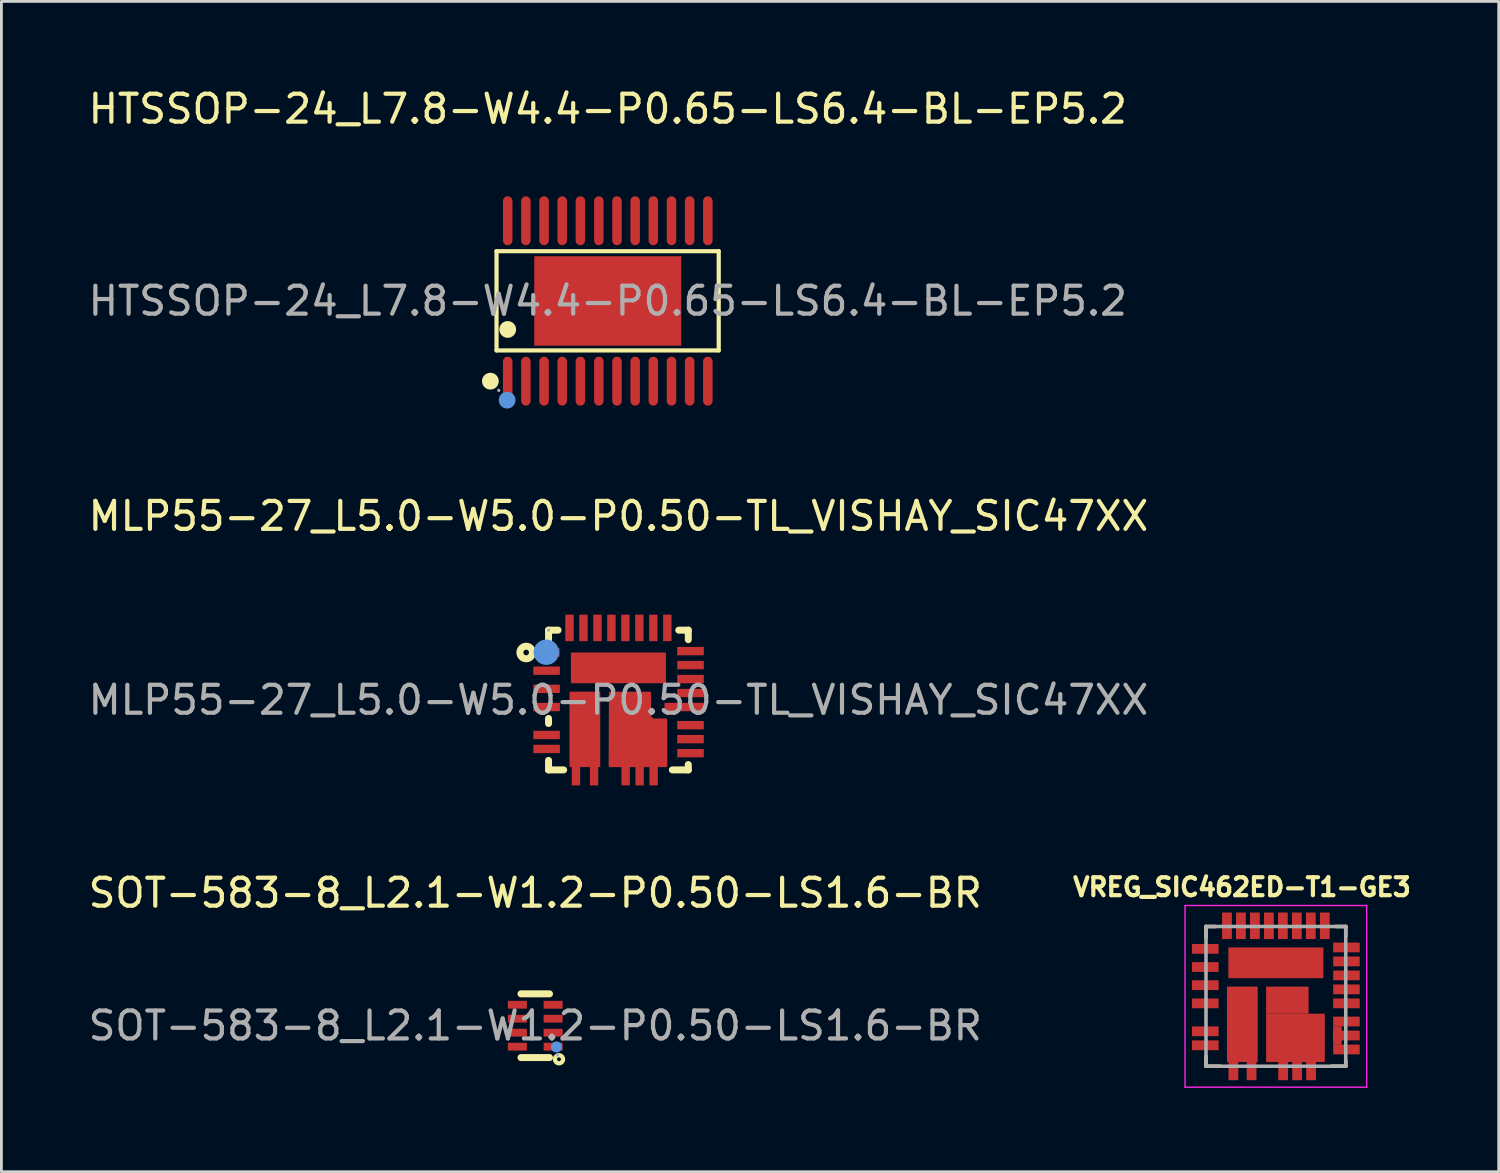
<source format=kicad_pcb>
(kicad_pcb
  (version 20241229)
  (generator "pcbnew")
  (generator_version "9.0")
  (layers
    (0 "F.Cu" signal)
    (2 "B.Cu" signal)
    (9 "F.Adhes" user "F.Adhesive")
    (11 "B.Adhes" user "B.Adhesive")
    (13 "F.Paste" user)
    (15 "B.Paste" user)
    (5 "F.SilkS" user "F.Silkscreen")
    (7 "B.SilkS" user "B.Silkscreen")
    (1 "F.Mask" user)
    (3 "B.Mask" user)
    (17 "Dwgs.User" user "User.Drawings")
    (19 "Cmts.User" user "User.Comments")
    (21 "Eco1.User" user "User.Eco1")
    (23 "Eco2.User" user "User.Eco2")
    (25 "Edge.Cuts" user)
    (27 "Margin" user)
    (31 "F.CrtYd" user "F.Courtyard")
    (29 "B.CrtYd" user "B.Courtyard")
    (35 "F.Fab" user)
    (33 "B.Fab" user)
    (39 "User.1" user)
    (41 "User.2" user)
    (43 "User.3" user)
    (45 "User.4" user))
  (footprint "HTSSOP-24_L7.8-W4.4-P0.65-LS6.4-BL-EP5.2"
    (layer "F.Cu")
    (at 18.696 7.718)
    (property "Reference" "HTSSOP-24_L7.8-W4.4-P0.65-LS6.4-BL-EP5.2" (at 0 -6.87 0) (layer "F.SilkS") (effects (font (size 1 1) (thickness 0.15))))
    (attr smd)
    (fp_line (start -3.98 -1.78) (end 3.97 -1.78) (stroke (width 0.15) (type solid)) (layer "F.SilkS"))
    (fp_line (start -3.98 1.77) (end -3.98 -1.78) (stroke (width 0.15) (type solid)) (layer "F.SilkS"))
    (fp_line (start 3.97 -1.78) (end 3.97 1.77) (stroke (width 0.15) (type solid)) (layer "F.SilkS"))
    (fp_line (start 3.97 1.77) (end -3.98 1.77) (stroke (width 0.15) (type solid)) (layer "F.SilkS"))
    (fp_circle (center -4.2 2.87) (end -4.05 2.87) (stroke (width 0.3) (type solid)) (fill no) (layer "F.SilkS"))
    (fp_circle (center -3.58 1.02) (end -3.43 1.02) (stroke (width 0.3) (type solid)) (fill no) (layer "F.SilkS"))
    (fp_circle (center -3.6 3.55) (end -3.45 3.55) (stroke (width 0.3) (type solid)) (fill no) (layer "Cmts.User"))
    (fp_circle (center -3.9 3.2) (end -3.87 3.2) (stroke (width 0.06) (type solid)) (fill no) (layer "F.Fab"))
    (fp_text user "${REFERENCE}" (at 0 0 0) (layer "F.Fab") (effects (font (size 1 1) (thickness 0.15))))
    (pad "1" smd oval (at -3.58 2.87) (size 0.34 1.75) (layers "F.Cu" "F.Mask" "F.Paste"))
    (pad "2" smd oval (at -2.93 2.87) (size 0.34 1.75) (layers "F.Cu" "F.Mask" "F.Paste"))
    (pad "3" smd oval (at -2.28 2.87) (size 0.34 1.75) (layers "F.Cu" "F.Mask" "F.Paste"))
    (pad "4" smd oval (at -1.63 2.87) (size 0.34 1.75) (layers "F.Cu" "F.Mask" "F.Paste"))
    (pad "5" smd oval (at -0.98 2.87) (size 0.34 1.75) (layers "F.Cu" "F.Mask" "F.Paste"))
    (pad "6" smd oval (at -0.32 2.87) (size 0.34 1.75) (layers "F.Cu" "F.Mask" "F.Paste"))
    (pad "7" smd oval (at 0.33 2.87) (size 0.34 1.75) (layers "F.Cu" "F.Mask" "F.Paste"))
    (pad "8" smd oval (at 0.98 2.87) (size 0.34 1.75) (layers "F.Cu" "F.Mask" "F.Paste"))
    (pad "9" smd oval (at 1.63 2.87) (size 0.34 1.75) (layers "F.Cu" "F.Mask" "F.Paste"))
    (pad "10" smd oval (at 2.28 2.87) (size 0.34 1.75) (layers "F.Cu" "F.Mask" "F.Paste"))
    (pad "11" smd oval (at 2.93 2.87) (size 0.34 1.75) (layers "F.Cu" "F.Mask" "F.Paste"))
    (pad "12" smd oval (at 3.58 2.87) (size 0.34 1.75) (layers "F.Cu" "F.Mask" "F.Paste"))
    (pad "13" smd oval (at 3.58 -2.87) (size 0.34 1.75) (layers "F.Cu" "F.Mask" "F.Paste"))
    (pad "14" smd oval (at 2.93 -2.87) (size 0.34 1.75) (layers "F.Cu" "F.Mask" "F.Paste"))
    (pad "15" smd oval (at 2.28 -2.87) (size 0.34 1.75) (layers "F.Cu" "F.Mask" "F.Paste"))
    (pad "16" smd oval (at 1.63 -2.87) (size 0.34 1.75) (layers "F.Cu" "F.Mask" "F.Paste"))
    (pad "17" smd oval (at 0.98 -2.87) (size 0.34 1.75) (layers "F.Cu" "F.Mask" "F.Paste"))
    (pad "18" smd oval (at 0.33 -2.87) (size 0.34 1.75) (layers "F.Cu" "F.Mask" "F.Paste"))
    (pad "19" smd oval (at -0.32 -2.87) (size 0.34 1.75) (layers "F.Cu" "F.Mask" "F.Paste"))
    (pad "20" smd oval (at -0.98 -2.87) (size 0.34 1.75) (layers "F.Cu" "F.Mask" "F.Paste"))
    (pad "21" smd oval (at -1.63 -2.87) (size 0.34 1.75) (layers "F.Cu" "F.Mask" "F.Paste"))
    (pad "22" smd oval (at -2.28 -2.87) (size 0.34 1.75) (layers "F.Cu" "F.Mask" "F.Paste"))
    (pad "23" smd oval (at -2.93 -2.87) (size 0.34 1.75) (layers "F.Cu" "F.Mask" "F.Paste"))
    (pad "24" smd oval (at -3.58 -2.87) (size 0.34 1.75) (layers "F.Cu" "F.Mask" "F.Paste"))
    (pad "25" smd rect (at 0 0 90) (size 3.2 5.26) (layers "F.Cu" "F.Mask" "F.Paste")))
  (footprint "MLP55-27_L5.0-W5.0-P0.50-TL_VISHAY_SIC47XX"
    (layer "F.Cu")
    (at 19.077 21.997)
    (property "Reference" "MLP55-27_L5.0-W5.0-P0.50-TL_VISHAY_SIC47XX" (at 0 -6.58 0) (layer "F.SilkS") (effects (font (size 1 1) (thickness 0.15))))
    (attr smd)
    (fp_line (start -2.5 -2.5) (end -2.16 -2.5) (stroke (width 0.25) (type solid)) (layer "F.SilkS"))
    (fp_line (start -2.5 -2.11) (end -2.5 -2.5) (stroke (width 0.25) (type solid)) (layer "F.SilkS"))
    (fp_line (start -2.5 0.84) (end -2.5 0.66) (stroke (width 0.25) (type solid)) (layer "F.SilkS"))
    (fp_line (start -2.5 2.5) (end -2.5 2.16) (stroke (width 0.25) (type solid)) (layer "F.SilkS"))
    (fp_line (start -1.96 2.5) (end -2.5 2.5) (stroke (width 0.25) (type solid)) (layer "F.SilkS"))
    (fp_line (start 2.16 -2.5) (end 2.5 -2.5) (stroke (width 0.25) (type solid)) (layer "F.SilkS"))
    (fp_line (start 2.5 -2.5) (end 2.5 -2.16) (stroke (width 0.25) (type solid)) (layer "F.SilkS"))
    (fp_line (start 2.5 2.31) (end 2.5 2.5) (stroke (width 0.25) (type solid)) (layer "F.SilkS"))
    (fp_line (start 2.5 2.5) (end 1.93 2.5) (stroke (width 0.25) (type solid)) (layer "F.SilkS"))
    (fp_circle (center -3.3 -1.7) (end -3.2 -1.7) (stroke (width 0.25) (type solid)) (fill no) (layer "F.SilkS"))
    (fp_circle (center -2.58 -1.71) (end -2.35 -1.71) (stroke (width 0.45) (type solid)) (fill no) (layer "Cmts.User"))
    (fp_circle (center -2.5 -2.5) (end -2.47 -2.5) (stroke (width 0.06) (type solid)) (fill no) (layer "F.Fab"))
    (fp_text user "${REFERENCE}" (at 0 0 0) (layer "F.Fab") (effects (font (size 1 1) (thickness 0.15))))
    (pad "1" smd rect (at -2.58 -1.7) (size 0.95 0.3) (layers "F.Cu" "F.Mask" "F.Paste"))
    (pad "2" smd rect (at -2.57 -1.05) (size 0.95 0.3) (layers "F.Cu" "F.Mask" "F.Paste"))
    (pad "3" smd rect (at -2.57 -0.4) (size 0.95 0.3) (layers "F.Cu" "F.Mask" "F.Paste"))
    (pad "4" smd rect (at -2.57 0.25) (size 0.95 0.3) (layers "F.Cu" "F.Mask" "F.Paste"))
    (pad "5" smd rect (at -2.57 1.25) (size 0.95 0.3) (layers "F.Cu" "F.Mask" "F.Paste"))
    (pad "6" smd rect (at -2.57 1.75) (size 0.95 0.3) (layers "F.Cu" "F.Mask" "F.Paste"))
    (pad "7" smd rect (at -1.52 2.58 180) (size 0.3 0.95) (layers "F.Cu" "F.Mask" "F.Paste"))
    (pad "8" smd rect (at -0.87 2.58 180) (size 0.3 0.95) (layers "F.Cu" "F.Mask" "F.Paste"))
    (pad "9" smd rect (at 0.26 2.58 180) (size 0.3 0.95) (layers "F.Cu" "F.Mask" "F.Paste"))
    (pad "10" smd rect (at 0.76 2.58 180) (size 0.3 0.95) (layers "F.Cu" "F.Mask" "F.Paste"))
    (pad "11" smd rect (at 1.26 2.58 180) (size 0.3 0.95) (layers "F.Cu" "F.Mask" "F.Paste"))
    (pad "12" smd rect (at 2.58 1.9) (size 0.95 0.3) (layers "F.Cu" "F.Mask" "F.Paste"))
    (pad "13" smd rect (at 2.58 1.4) (size 0.95 0.3) (layers "F.Cu" "F.Mask" "F.Paste"))
    (pad "14" smd rect (at 2.58 0.9) (size 0.95 0.3) (layers "F.Cu" "F.Mask" "F.Paste"))
    (pad "15" smd rect (at 2.35 0.25) (size 1.4 0.3) (layers "F.Cu" "F.Mask" "F.Paste"))
    (pad "16" smd rect (at 2.58 -0.25) (size 0.95 0.3) (layers "F.Cu" "F.Mask" "F.Paste"))
    (pad "17" smd rect (at 2.58 -0.75) (size 0.95 0.3) (layers "F.Cu" "F.Mask" "F.Paste"))
    (pad "18" smd rect (at 2.58 -1.25) (size 0.95 0.3) (layers "F.Cu" "F.Mask" "F.Paste"))
    (pad "19" smd rect (at 2.58 -1.75) (size 0.95 0.3) (layers "F.Cu" "F.Mask" "F.Paste"))
    (pad "20" smd rect (at 1.75 -2.58) (size 0.3 0.95) (layers "F.Cu" "F.Mask" "F.Paste"))
    (pad "21" smd rect (at 1.25 -2.58) (size 0.3 0.95) (layers "F.Cu" "F.Mask" "F.Paste"))
    (pad "22" smd rect (at 0.75 -2.58) (size 0.3 0.95) (layers "F.Cu" "F.Mask" "F.Paste"))
    (pad "23" smd rect (at 0.25 -2.58) (size 0.3 0.95) (layers "F.Cu" "F.Mask" "F.Paste"))
    (pad "24" smd rect (at -0.25 -2.58) (size 0.3 0.95) (layers "F.Cu" "F.Mask" "F.Paste"))
    (pad "25" smd rect (at -0.75 -2.58) (size 0.3 0.95) (layers "F.Cu" "F.Mask" "F.Paste"))
    (pad "26" smd rect (at -1.25 -2.58) (size 0.3 0.95) (layers "F.Cu" "F.Mask" "F.Paste"))
    (pad "27" smd rect (at -1.75 -2.58) (size 0.3 0.95) (layers "F.Cu" "F.Mask" "F.Paste"))
    (pad "28" smd rect (at 0 -1.15) (size 3.4 1.1) (layers "F.Cu" "F.Mask" "F.Paste"))
    (pad "29" smd rect (at -1.2 1.05) (size 1.1 2.7) (layers "F.Cu" "F.Mask" "F.Paste"))
    (pad "30" smd custom (at 0.67 1.05) (size 1 1) (layers "F.Cu" "F.Mask" "F.Paste") (options (anchor circle)) (primitives (gr_poly (pts (xy -0.96 -1.3) (xy 0.45 -1.3) (xy 0.45 -0.45) (xy 0.56 -0.34) (xy 1.03 -0.34) (xy 1.03 1.3) (xy -0.97 1.3)) (width 0.1) (fill yes)))))
  (footprint "VREG_SIC462ED-T1-GE3"
    (layer "F.Cu")
    (at 42.601 32.6)
    (property "Reference" "VREG_SIC462ED-T1-GE3" (at -1.212 -3.91 0) (layer "F.SilkS") (effects (font (size 0.642 0.642) (thickness 0.15))))
    (attr smd)
    (fp_poly (pts (xy 2.052 1.075) (xy 2.35 1.075) (xy 2.35 1.727) (xy 2.052 1.727)) (stroke (width 0.01) (type solid)) (fill yes) (layer "F.Cu"))
    (fp_poly (pts (xy 1.952 1.05) (xy 2.4 1.05) (xy 2.4 2.004) (xy 1.952 2.004)) (stroke (width 0.01) (type solid)) (fill yes) (layer "F.Mask"))
    (fp_line (start -2.5 -2.5) (end -2.15 -2.5) (stroke (width 0.127) (type solid)) (layer "F.SilkS"))
    (fp_line (start -2.5 -2.1) (end -2.5 -2.5) (stroke (width 0.127) (type solid)) (layer "F.SilkS"))
    (fp_line (start -2.5 2.15) (end -2.5 2.5) (stroke (width 0.127) (type solid)) (layer "F.SilkS"))
    (fp_line (start -2.5 2.5) (end -2 2.5) (stroke (width 0.127) (type solid)) (layer "F.SilkS"))
    (fp_line (start 2.15 -2.5) (end 2.5 -2.5) (stroke (width 0.127) (type solid)) (layer "F.SilkS"))
    (fp_line (start 2.5 -2.5) (end 2.5 -2.15) (stroke (width 0.127) (type solid)) (layer "F.SilkS"))
    (fp_line (start 2.5 2.3) (end 2.5 2.5) (stroke (width 0.127) (type solid)) (layer "F.SilkS"))
    (fp_line (start 2.5 2.5) (end 2 2.5) (stroke (width 0.127) (type solid)) (layer "F.SilkS"))
    (fp_poly (pts (xy 2.05 1.075) (xy 2.35 1.075) (xy 2.35 1.725) (xy 2.05 1.725)) (stroke (width 0.01) (type solid)) (fill yes) (layer "F.Paste"))
    (fp_line (start -3.25 -3.25) (end 3.25 -3.25) (stroke (width 0.05) (type solid)) (layer "F.CrtYd"))
    (fp_line (start -3.25 3.25) (end -3.25 -3.25) (stroke (width 0.05) (type solid)) (layer "F.CrtYd"))
    (fp_line (start 3.25 -3.25) (end 3.25 3.25) (stroke (width 0.05) (type solid)) (layer "F.CrtYd"))
    (fp_line (start 3.25 3.25) (end -3.25 3.25) (stroke (width 0.05) (type solid)) (layer "F.CrtYd"))
    (fp_line (start -2.5 -2.5) (end 2.5 -2.5) (stroke (width 0.127) (type solid)) (layer "F.Fab"))
    (fp_line (start -2.5 2.5) (end -2.5 -2.5) (stroke (width 0.127) (type solid)) (layer "F.Fab"))
    (fp_line (start 2.5 -2.5) (end 2.5 2.5) (stroke (width 0.127) (type solid)) (layer "F.Fab"))
    (fp_line (start 2.5 2.5) (end -2.5 2.5) (stroke (width 0.127) (type solid)) (layer "F.Fab"))
    (pad "1" smd rect (at -2.525 -1.7) (size 0.95 0.35) (layers "F.Cu" "F.Mask" "F.Paste"))
    (pad "2" smd rect (at -2.525 -1.05) (size 0.95 0.35) (layers "F.Cu" "F.Mask" "F.Paste"))
    (pad "3" smd rect (at -2.525 -0.4) (size 0.95 0.35) (layers "F.Cu" "F.Mask" "F.Paste"))
    (pad "4" smd rect (at -2.525 0.25) (size 0.95 0.35) (layers "F.Cu" "F.Mask" "F.Paste"))
    (pad "5" smd rect (at -2.525 1.25) (size 0.95 0.35) (layers "F.Cu" "F.Mask" "F.Paste"))
    (pad "6" smd rect (at -2.525 1.75) (size 0.95 0.35) (layers "F.Cu" "F.Mask" "F.Paste"))
    (pad "7" smd rect (at -1.52 2.525 90) (size 0.95 0.35) (layers "F.Cu" "F.Mask" "F.Paste"))
    (pad "8" smd rect (at -0.87 2.525 90) (size 0.95 0.35) (layers "F.Cu" "F.Mask" "F.Paste"))
    (pad "9" smd rect (at 0.26 2.525 90) (size 0.95 0.35) (layers "F.Cu" "F.Mask" "F.Paste"))
    (pad "10" smd rect (at 0.76 2.525 90) (size 0.95 0.35) (layers "F.Cu" "F.Mask" "F.Paste"))
    (pad "11" smd rect (at 1.26 2.525 90) (size 0.95 0.35) (layers "F.Cu" "F.Mask" "F.Paste"))
    (pad "12" smd rect (at 2.525 1.9) (size 0.95 0.35) (layers "F.Cu" "F.Mask" "F.Paste"))
    (pad "13" smd rect (at 2.525 1.4) (size 0.95 0.35) (layers "F.Cu" "F.Mask" "F.Paste"))
    (pad "14" smd rect (at 2.525 0.9) (size 0.95 0.35) (layers "F.Cu" "F.Mask" "F.Paste"))
    (pad "15" smd rect (at 2.525 0.25) (size 0.95 0.35) (layers "F.Cu" "F.Mask" "F.Paste"))
    (pad "16" smd rect (at 2.525 -0.25) (size 0.95 0.35) (layers "F.Cu" "F.Mask" "F.Paste"))
    (pad "17" smd rect (at 2.525 -0.75) (size 0.95 0.35) (layers "F.Cu" "F.Mask" "F.Paste"))
    (pad "18" smd rect (at 2.525 -1.25) (size 0.95 0.35) (layers "F.Cu" "F.Mask" "F.Paste"))
    (pad "19" smd rect (at 2.525 -1.75) (size 0.95 0.35) (layers "F.Cu" "F.Mask" "F.Paste"))
    (pad "20" smd rect (at 1.75 -2.525 270) (size 0.95 0.35) (layers "F.Cu" "F.Mask" "F.Paste"))
    (pad "21" smd rect (at 1.25 -2.525 270) (size 0.95 0.35) (layers "F.Cu" "F.Mask" "F.Paste"))
    (pad "22" smd rect (at 0.75 -2.525 270) (size 0.95 0.35) (layers "F.Cu" "F.Mask" "F.Paste"))
    (pad "23" smd rect (at 0.25 -2.525 270) (size 0.95 0.35) (layers "F.Cu" "F.Mask" "F.Paste"))
    (pad "24" smd rect (at -0.25 -2.525 270) (size 0.95 0.35) (layers "F.Cu" "F.Mask" "F.Paste"))
    (pad "25" smd rect (at -0.75 -2.525 270) (size 0.95 0.35) (layers "F.Cu" "F.Mask" "F.Paste"))
    (pad "26" smd rect (at -1.25 -2.525 270) (size 0.95 0.35) (layers "F.Cu" "F.Mask" "F.Paste"))
    (pad "27" smd rect (at -1.75 -2.525 270) (size 0.95 0.35) (layers "F.Cu" "F.Mask" "F.Paste"))
    (pad "28" smd rect (at 0 -1.2) (size 3.4 1.1) (layers "F.Cu" "F.Mask" "F.Paste"))
    (pad "29" smd rect (at -1.2 1) (size 1.1 2.7) (layers "F.Cu" "F.Mask" "F.Paste"))
    (pad "30" smd rect (at 0.41 0.135) (size 1.52 0.97) (layers "F.Cu" "F.Mask" "F.Paste"))
    (pad "31" smd rect (at 0.7 1.485) (size 2.1 1.73) (layers "F.Cu" "F.Mask" "F.Paste")))
  (footprint "SOT-583-8_L2.1-W1.2-P0.50-LS1.6-BR"
    (layer "F.Cu")
    (at 16.101 33.65)
    (property "Reference" "SOT-583-8_L2.1-W1.2-P0.50-LS1.6-BR" (at 0 -4.75 0) (layer "F.SilkS") (effects (font (size 1 1) (thickness 0.15))))
    (attr smd)
    (fp_line (start -0.51 1.14) (end 0.51 1.14) (stroke (width 0.25) (type solid)) (layer "F.SilkS"))
    (fp_line (start 0.51 -1.14) (end -0.51 -1.14) (stroke (width 0.25) (type solid)) (layer "F.SilkS"))
    (fp_circle (center 0.85 1.2) (end 0.92 1.2) (stroke (width 0.15) (type solid)) (fill no) (layer "F.SilkS"))
    (fp_circle (center 0.76 0.76) (end 0.86 0.76) (stroke (width 0.2) (type solid)) (fill no) (layer "Cmts.User"))
    (fp_circle (center 0.8 1.05) (end 0.83 1.05) (stroke (width 0.06) (type solid)) (fill no) (layer "F.Fab"))
    (fp_text user "${REFERENCE}" (at 0 0 0) (layer "F.Fab") (effects (font (size 1 1) (thickness 0.15))))
    (pad "1" smd rect (at 0.64 0.75 90) (size 0.28 0.68) (layers "F.Cu" "F.Mask" "F.Paste"))
    (pad "2" smd rect (at 0.64 0.25 90) (size 0.28 0.68) (layers "F.Cu" "F.Mask" "F.Paste"))
    (pad "3" smd rect (at 0.64 -0.25 90) (size 0.28 0.68) (layers "F.Cu" "F.Mask" "F.Paste"))
    (pad "4" smd rect (at 0.64 -0.75 90) (size 0.28 0.68) (layers "F.Cu" "F.Mask" "F.Paste"))
    (pad "5" smd rect (at -0.64 -0.75 90) (size 0.28 0.68) (layers "F.Cu" "F.Mask" "F.Paste"))
    (pad "6" smd rect (at -0.64 -0.25 90) (size 0.28 0.68) (layers "F.Cu" "F.Mask" "F.Paste"))
    (pad "7" smd rect (at -0.64 0.25 90) (size 0.28 0.68) (layers "F.Cu" "F.Mask" "F.Paste"))
    (pad "8" smd rect (at -0.64 0.75 90) (size 0.28 0.68) (layers "F.Cu" "F.Mask" "F.Paste")))
  (gr_rect
    (start -3 -3)
    (end 50.574 38.875)
    (stroke (width 0.1) (type default))
    (fill no)
    (layer "Edge.Cuts")))
</source>
